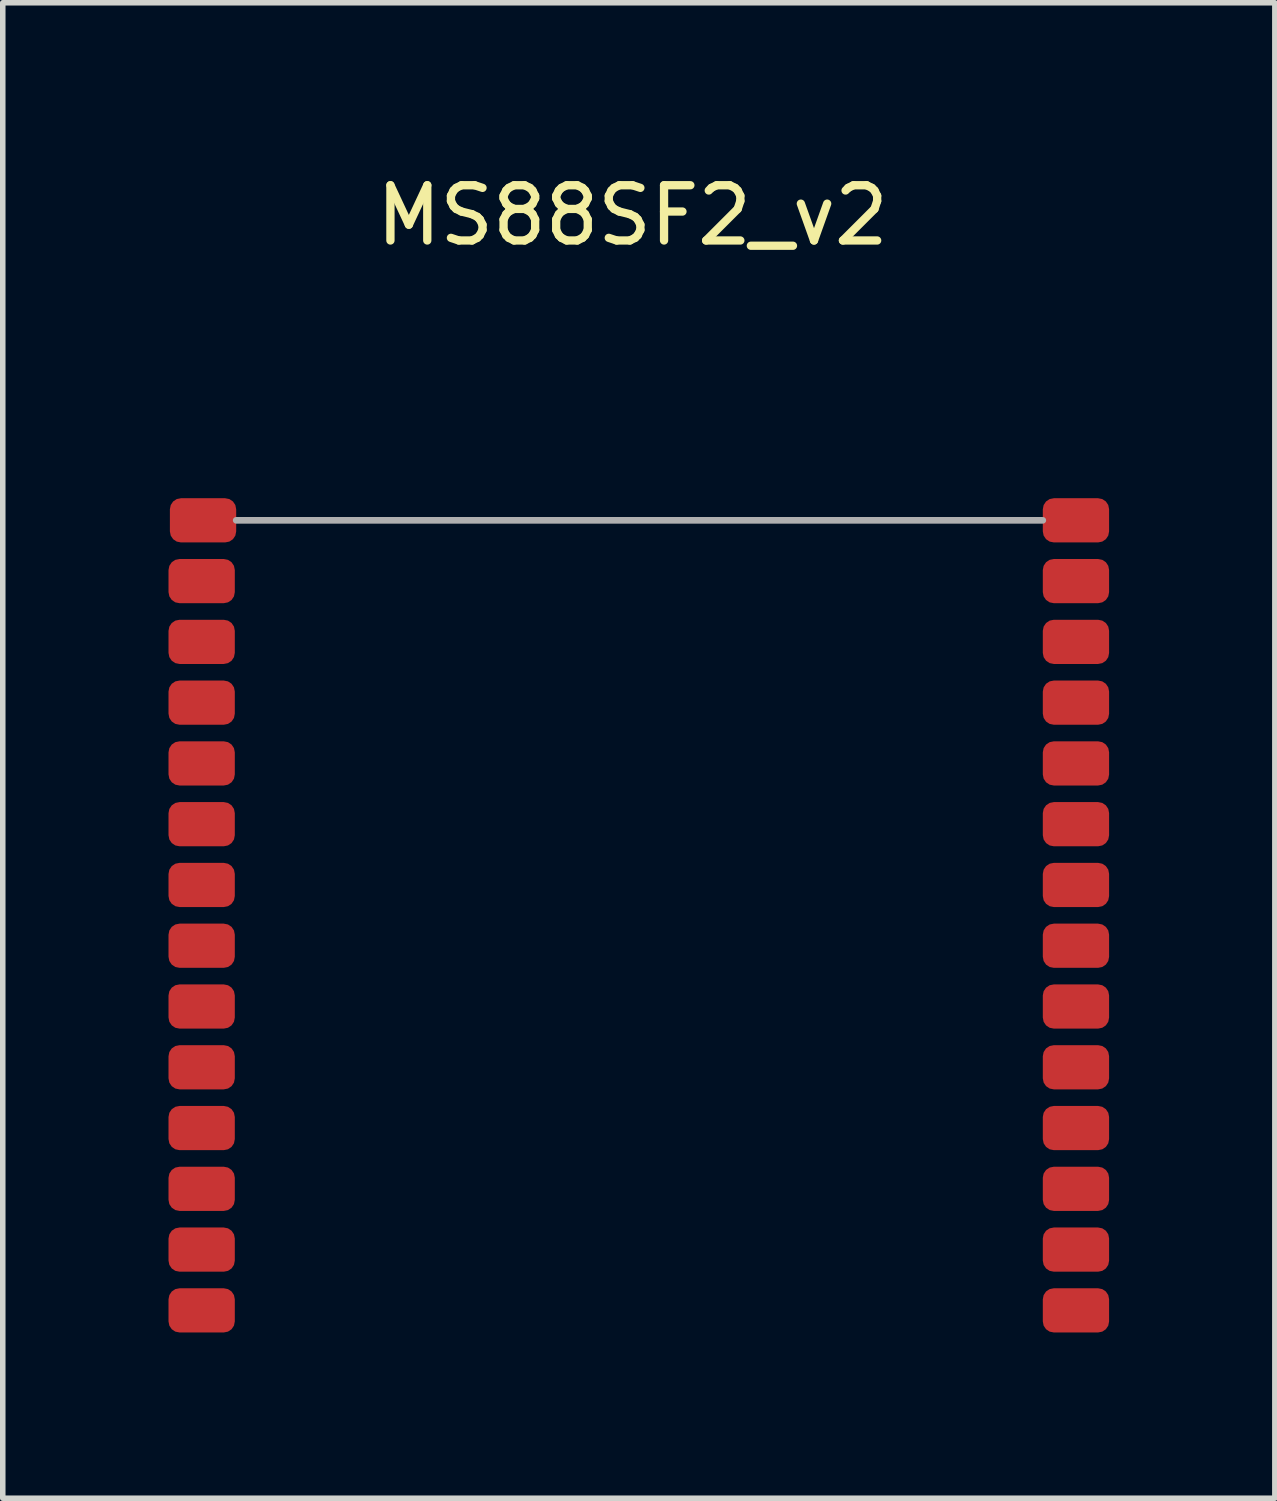
<source format=kicad_pcb>
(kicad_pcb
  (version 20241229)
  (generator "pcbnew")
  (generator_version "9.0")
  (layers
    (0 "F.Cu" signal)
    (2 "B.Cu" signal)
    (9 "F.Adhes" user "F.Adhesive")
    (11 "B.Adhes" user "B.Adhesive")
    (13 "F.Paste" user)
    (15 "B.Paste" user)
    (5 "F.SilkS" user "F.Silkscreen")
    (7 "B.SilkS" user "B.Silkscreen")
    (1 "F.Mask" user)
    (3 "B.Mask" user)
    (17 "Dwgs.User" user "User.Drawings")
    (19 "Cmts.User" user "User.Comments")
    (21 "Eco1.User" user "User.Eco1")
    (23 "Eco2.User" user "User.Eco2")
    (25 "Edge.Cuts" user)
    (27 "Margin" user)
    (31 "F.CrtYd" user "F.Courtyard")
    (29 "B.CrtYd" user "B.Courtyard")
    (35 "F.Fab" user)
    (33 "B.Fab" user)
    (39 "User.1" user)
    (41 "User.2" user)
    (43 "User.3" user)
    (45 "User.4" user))
  (footprint "MS88SF2_v2"
    (layer "F.Cu")
    (at 8.728 13.531)
    (property "Reference" "MS88SF2_v2" (at -0.33 -12.683 0) (layer "F.SilkS") (effects (font (size 1 1) (thickness 0.15))))
    (attr through_hole)
    (fp_line (start -7.503 -7.163) (end 7.097 -7.163) (stroke (width 0.12) (type solid)) (layer "F.Fab"))
    (pad "1" smd roundrect (at -8.103 -7.163) (size 1.2 0.8) (layers "F.Cu" "F.Mask" "F.Paste") (roundrect_rratio 0.25))
    (pad "2" smd roundrect (at -8.128 -6.063) (size 1.2 0.8) (layers "F.Cu" "F.Mask" "F.Paste") (roundrect_rratio 0.25))
    (pad "3" smd roundrect (at -8.128 -4.963) (size 1.2 0.8) (layers "F.Cu" "F.Mask" "F.Paste") (roundrect_rratio 0.25))
    (pad "4" smd roundrect (at -8.128 -3.863) (size 1.2 0.8) (layers "F.Cu" "F.Mask" "F.Paste") (roundrect_rratio 0.25))
    (pad "5" smd roundrect (at -8.128 -2.763) (size 1.2 0.8) (layers "F.Cu" "F.Mask" "F.Paste") (roundrect_rratio 0.25))
    (pad "6" smd roundrect (at -8.128 -1.663) (size 1.2 0.8) (layers "F.Cu" "F.Mask" "F.Paste") (roundrect_rratio 0.25))
    (pad "7" smd roundrect (at -8.128 -0.563) (size 1.2 0.8) (layers "F.Cu" "F.Mask" "F.Paste") (roundrect_rratio 0.25))
    (pad "8" smd roundrect (at -8.128 0.537) (size 1.2 0.8) (layers "F.Cu" "F.Mask" "F.Paste") (roundrect_rratio 0.25))
    (pad "9" smd roundrect (at -8.128 1.637) (size 1.2 0.8) (layers "F.Cu" "F.Mask" "F.Paste") (roundrect_rratio 0.25))
    (pad "10" smd roundrect (at -8.128 2.737) (size 1.2 0.8) (layers "F.Cu" "F.Mask" "F.Paste") (roundrect_rratio 0.25))
    (pad "11" smd roundrect (at -8.128 3.837) (size 1.2 0.8) (layers "F.Cu" "F.Mask" "F.Paste") (roundrect_rratio 0.25))
    (pad "12" smd roundrect (at -8.128 4.937) (size 1.2 0.8) (layers "F.Cu" "F.Mask" "F.Paste") (roundrect_rratio 0.25))
    (pad "13" smd roundrect (at -8.128 6.037) (size 1.2 0.8) (layers "F.Cu" "F.Mask" "F.Paste") (roundrect_rratio 0.25))
    (pad "14" smd roundrect (at -8.128 7.137) (size 1.2 0.8) (layers "F.Cu" "F.Mask" "F.Paste") (roundrect_rratio 0.25))
    (pad "15" smd roundrect (at 7.697 7.137) (size 1.2 0.8) (layers "F.Cu" "F.Mask" "F.Paste") (roundrect_rratio 0.25))
    (pad "16" smd roundrect (at 7.697 6.037) (size 1.2 0.8) (layers "F.Cu" "F.Mask" "F.Paste") (roundrect_rratio 0.25))
    (pad "17" smd roundrect (at 7.697 4.937) (size 1.2 0.8) (layers "F.Cu" "F.Mask" "F.Paste") (roundrect_rratio 0.25))
    (pad "18" smd roundrect (at 7.697 3.837) (size 1.2 0.8) (layers "F.Cu" "F.Mask" "F.Paste") (roundrect_rratio 0.25))
    (pad "19" smd roundrect (at 7.697 2.737) (size 1.2 0.8) (layers "F.Cu" "F.Mask" "F.Paste") (roundrect_rratio 0.25))
    (pad "20" smd roundrect (at 7.697 1.637) (size 1.2 0.8) (layers "F.Cu" "F.Mask" "F.Paste") (roundrect_rratio 0.25))
    (pad "21" smd roundrect (at 7.697 0.537) (size 1.2 0.8) (layers "F.Cu" "F.Mask" "F.Paste") (roundrect_rratio 0.25))
    (pad "22" smd roundrect (at 7.697 -0.563) (size 1.2 0.8) (layers "F.Cu" "F.Mask" "F.Paste") (roundrect_rratio 0.25))
    (pad "23" smd roundrect (at 7.697 -1.663) (size 1.2 0.8) (layers "F.Cu" "F.Mask" "F.Paste") (roundrect_rratio 0.25))
    (pad "24" smd roundrect (at 7.697 -2.763) (size 1.2 0.8) (layers "F.Cu" "F.Mask" "F.Paste") (roundrect_rratio 0.25))
    (pad "25" smd roundrect (at 7.697 -3.863) (size 1.2 0.8) (layers "F.Cu" "F.Mask" "F.Paste") (roundrect_rratio 0.25))
    (pad "26" smd roundrect (at 7.697 -4.963) (size 1.2 0.8) (layers "F.Cu" "F.Mask" "F.Paste") (roundrect_rratio 0.25))
    (pad "27" smd roundrect (at 7.697 -6.063) (size 1.2 0.8) (layers "F.Cu" "F.Mask" "F.Paste") (roundrect_rratio 0.25))
    (pad "28" smd roundrect (at 7.697 -7.163) (size 1.2 0.8) (layers "F.Cu" "F.Mask" "F.Paste") (roundrect_rratio 0.25)))
  (gr_rect
    (start -3 -3)
    (end 20.025 24.068)
    (stroke (width 0.1) (type default))
    (fill no)
    (layer "Edge.Cuts")))
</source>
